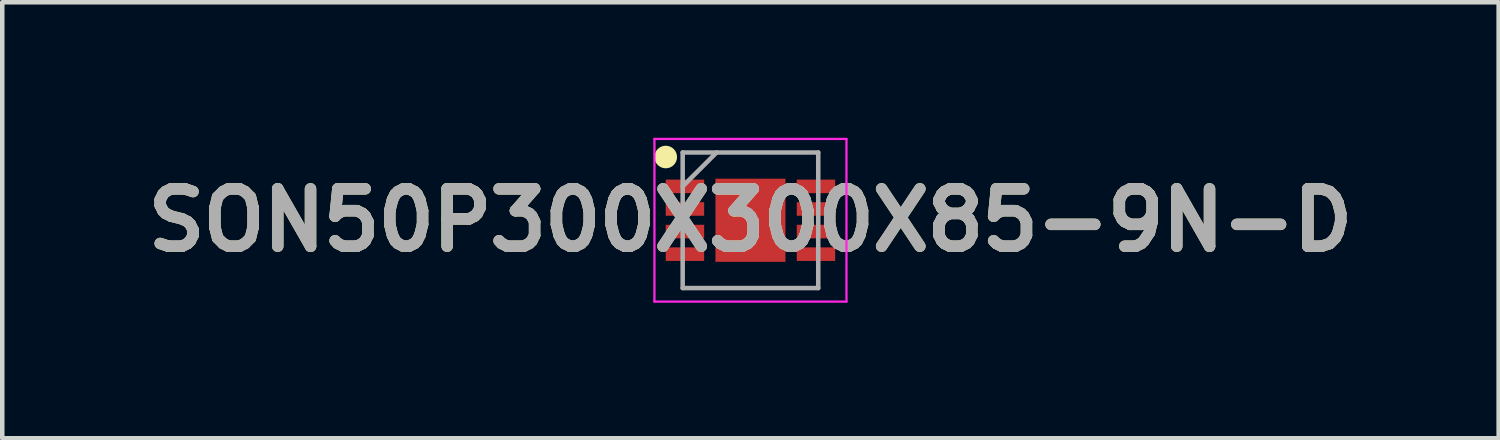
<source format=kicad_pcb>
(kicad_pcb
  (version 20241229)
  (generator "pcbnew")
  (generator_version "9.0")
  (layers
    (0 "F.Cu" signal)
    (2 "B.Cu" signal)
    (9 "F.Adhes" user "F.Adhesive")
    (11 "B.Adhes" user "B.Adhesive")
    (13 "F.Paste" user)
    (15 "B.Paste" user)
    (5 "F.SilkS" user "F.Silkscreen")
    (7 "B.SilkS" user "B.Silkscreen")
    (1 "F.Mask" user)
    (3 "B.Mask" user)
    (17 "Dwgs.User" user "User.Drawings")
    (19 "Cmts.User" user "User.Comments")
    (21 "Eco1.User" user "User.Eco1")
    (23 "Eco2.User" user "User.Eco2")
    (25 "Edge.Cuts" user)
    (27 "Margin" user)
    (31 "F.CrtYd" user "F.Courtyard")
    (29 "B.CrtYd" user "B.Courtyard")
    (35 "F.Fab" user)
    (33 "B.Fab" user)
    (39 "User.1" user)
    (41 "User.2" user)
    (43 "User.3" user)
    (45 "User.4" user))
  (footprint "SON50P300X300X85-9N-D"
    (layer "F.Cu")
    (at 13.559 1.825)
    (property "Reference" "SON50P300X300X85-9N-D" (at 0 0 0) (layer "F.SilkS") (effects (font (size 1.27 1.27) (thickness 0.254))))
    (attr smd)
    (fp_circle (center -1.875 -1.4) (end -1.875 -1.275) (stroke (width 0.25) (type solid)) (fill no) (layer "F.SilkS"))
    (fp_line (start -2.125 -1.8) (end 2.125 -1.8) (stroke (width 0.05) (type solid)) (layer "F.CrtYd"))
    (fp_line (start -2.125 1.8) (end -2.125 -1.8) (stroke (width 0.05) (type solid)) (layer "F.CrtYd"))
    (fp_line (start 2.125 -1.8) (end 2.125 1.8) (stroke (width 0.05) (type solid)) (layer "F.CrtYd"))
    (fp_line (start 2.125 1.8) (end -2.125 1.8) (stroke (width 0.05) (type solid)) (layer "F.CrtYd"))
    (fp_line (start -1.5 -1.5) (end 1.5 -1.5) (stroke (width 0.1) (type solid)) (layer "F.Fab"))
    (fp_line (start -1.5 -0.75) (end -0.75 -1.5) (stroke (width 0.1) (type solid)) (layer "F.Fab"))
    (fp_line (start -1.5 1.5) (end -1.5 -1.5) (stroke (width 0.1) (type solid)) (layer "F.Fab"))
    (fp_line (start 1.5 -1.5) (end 1.5 1.5) (stroke (width 0.1) (type solid)) (layer "F.Fab"))
    (fp_line (start 1.5 1.5) (end -1.5 1.5) (stroke (width 0.1) (type solid)) (layer "F.Fab"))
    (fp_text user "${REFERENCE}" (at 0 0 0) (layer "F.Fab") (effects (font (size 1.27 1.27) (thickness 0.254))))
    (pad "1" smd rect (at -1.45 -0.75 90) (size 0.3 0.85) (layers "F.Cu" "F.Mask" "F.Paste"))
    (pad "2" smd rect (at -1.45 -0.25 90) (size 0.3 0.85) (layers "F.Cu" "F.Mask" "F.Paste"))
    (pad "3" smd rect (at -1.45 0.25 90) (size 0.3 0.85) (layers "F.Cu" "F.Mask" "F.Paste"))
    (pad "4" smd rect (at -1.45 0.75 90) (size 0.3 0.85) (layers "F.Cu" "F.Mask" "F.Paste"))
    (pad "5" smd rect (at 1.45 0.75 90) (size 0.3 0.85) (layers "F.Cu" "F.Mask" "F.Paste"))
    (pad "6" smd rect (at 1.45 0.25 90) (size 0.3 0.85) (layers "F.Cu" "F.Mask" "F.Paste"))
    (pad "7" smd rect (at 1.45 -0.25 90) (size 0.3 0.85) (layers "F.Cu" "F.Mask" "F.Paste"))
    (pad "8" smd rect (at 1.45 -0.75 90) (size 0.3 0.85) (layers "F.Cu" "F.Mask" "F.Paste"))
    (pad "9" smd rect (at 0 0) (size 1.55 1.84) (layers "F.Cu" "F.Mask" "F.Paste")))
  (gr_rect
    (start -3 -3)
    (end 30.118 6.65)
    (stroke (width 0.1) (type default))
    (fill no)
    (layer "Edge.Cuts")))
</source>
